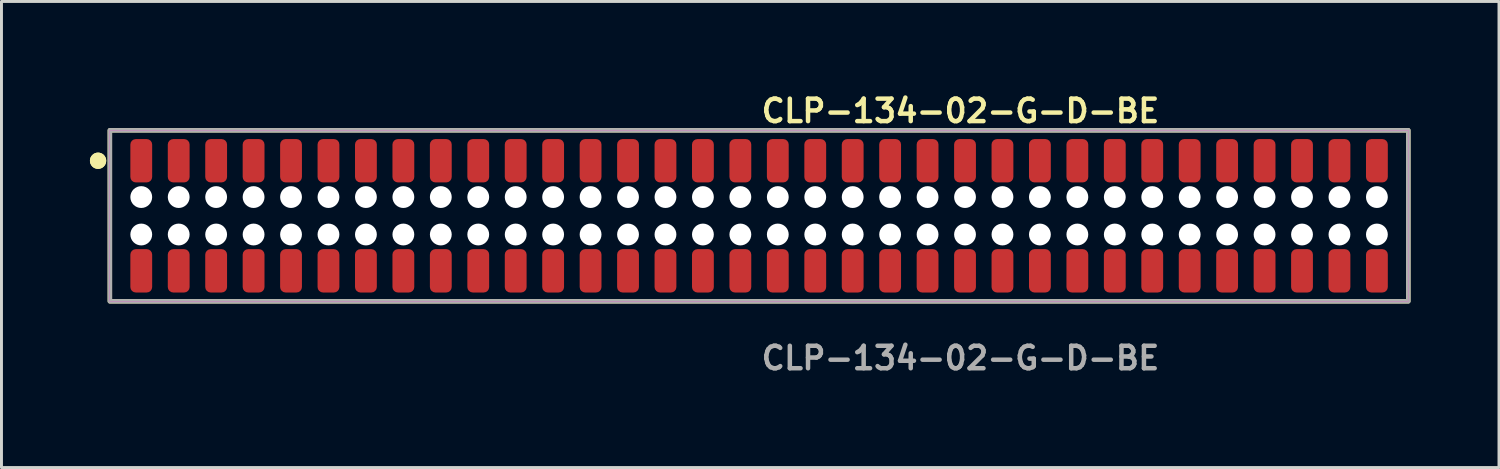
<source format=kicad_pcb>
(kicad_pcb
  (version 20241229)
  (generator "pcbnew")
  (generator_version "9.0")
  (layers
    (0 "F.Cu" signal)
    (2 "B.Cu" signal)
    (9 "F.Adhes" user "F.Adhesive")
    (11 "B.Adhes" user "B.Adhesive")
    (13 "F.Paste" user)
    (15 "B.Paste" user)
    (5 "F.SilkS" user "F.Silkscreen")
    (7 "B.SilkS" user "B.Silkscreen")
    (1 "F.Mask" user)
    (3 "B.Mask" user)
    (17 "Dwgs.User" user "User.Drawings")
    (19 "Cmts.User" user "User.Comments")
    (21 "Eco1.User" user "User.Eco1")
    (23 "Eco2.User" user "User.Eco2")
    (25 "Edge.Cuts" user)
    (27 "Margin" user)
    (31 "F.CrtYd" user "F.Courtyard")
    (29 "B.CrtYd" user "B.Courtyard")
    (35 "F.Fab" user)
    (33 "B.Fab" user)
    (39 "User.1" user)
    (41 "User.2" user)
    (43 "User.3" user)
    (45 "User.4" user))
  (footprint "CLP-134-02-G-D-BE"
    (layer "F.Cu")
    (at 22.696 4.269)
    (property "Reference" "CLP-134-02-G-D-BE" (at 0 -3.556 0) (unlocked yes) (layer "F.SilkS") (effects (font (size 0.762 0.762) (thickness 0.152)) (justify left)))
    (fp_rect (start -22.02 2.9) (end 22.02 -2.9) (stroke (width 0.152) (type solid)) (fill no) (layer "F.SilkS"))
    (fp_circle (center -22.42 -1.867) (end -22.62 -1.867) (stroke (width 0.152) (type solid)) (fill yes) (layer "F.SilkS"))
    (fp_circle (center -22.42 -1.867) (end -22.62 -1.867) (stroke (width 0.152) (type solid)) (fill yes) (layer "F.SilkS"))
    (fp_rect (start -22.02 2.9) (end 22.02 -2.9) (stroke (width 0.006) (type solid)) (fill no) (layer "F.CrtYd"))
    (fp_rect (start -22.02 2.9) (end 22.02 -2.9) (stroke (width 0.152) (type solid)) (fill no) (layer "F.Fab"))
    (fp_text user "${REFERENCE}" (at 0 4.826 0) (unlocked yes) (layer "F.Fab") (effects (font (size 0.762 0.762) (thickness 0.152)) (justify left)))
    (pad "" np_thru_hole circle (at -20.955 -0.635) (size 0.74 0.74) (drill 0.74) (layers "*.Cu" "*.Mask"))
    (pad "" np_thru_hole circle (at -20.955 0.635) (size 0.74 0.74) (drill 0.74) (layers "*.Cu" "*.Mask"))
    (pad "" np_thru_hole circle (at -19.685 -0.635) (size 0.74 0.74) (drill 0.74) (layers "*.Cu" "*.Mask"))
    (pad "" np_thru_hole circle (at -19.685 0.635) (size 0.74 0.74) (drill 0.74) (layers "*.Cu" "*.Mask"))
    (pad "" np_thru_hole circle (at -18.415 -0.635) (size 0.74 0.74) (drill 0.74) (layers "*.Cu" "*.Mask"))
    (pad "" np_thru_hole circle (at -18.415 0.635) (size 0.74 0.74) (drill 0.74) (layers "*.Cu" "*.Mask"))
    (pad "" np_thru_hole circle (at -17.145 -0.635) (size 0.74 0.74) (drill 0.74) (layers "*.Cu" "*.Mask"))
    (pad "" np_thru_hole circle (at -17.145 0.635) (size 0.74 0.74) (drill 0.74) (layers "*.Cu" "*.Mask"))
    (pad "" np_thru_hole circle (at -15.875 -0.635) (size 0.74 0.74) (drill 0.74) (layers "*.Cu" "*.Mask"))
    (pad "" np_thru_hole circle (at -15.875 0.635) (size 0.74 0.74) (drill 0.74) (layers "*.Cu" "*.Mask"))
    (pad "" np_thru_hole circle (at -14.605 -0.635) (size 0.74 0.74) (drill 0.74) (layers "*.Cu" "*.Mask"))
    (pad "" np_thru_hole circle (at -14.605 0.635) (size 0.74 0.74) (drill 0.74) (layers "*.Cu" "*.Mask"))
    (pad "" np_thru_hole circle (at -13.335 -0.635) (size 0.74 0.74) (drill 0.74) (layers "*.Cu" "*.Mask"))
    (pad "" np_thru_hole circle (at -13.335 0.635) (size 0.74 0.74) (drill 0.74) (layers "*.Cu" "*.Mask"))
    (pad "" np_thru_hole circle (at -12.065 -0.635) (size 0.74 0.74) (drill 0.74) (layers "*.Cu" "*.Mask"))
    (pad "" np_thru_hole circle (at -12.065 0.635) (size 0.74 0.74) (drill 0.74) (layers "*.Cu" "*.Mask"))
    (pad "" np_thru_hole circle (at -10.795 -0.635) (size 0.74 0.74) (drill 0.74) (layers "*.Cu" "*.Mask"))
    (pad "" np_thru_hole circle (at -10.795 0.635) (size 0.74 0.74) (drill 0.74) (layers "*.Cu" "*.Mask"))
    (pad "" np_thru_hole circle (at -9.525 -0.635) (size 0.74 0.74) (drill 0.74) (layers "*.Cu" "*.Mask"))
    (pad "" np_thru_hole circle (at -9.525 0.635) (size 0.74 0.74) (drill 0.74) (layers "*.Cu" "*.Mask"))
    (pad "" np_thru_hole circle (at -8.255 -0.635) (size 0.74 0.74) (drill 0.74) (layers "*.Cu" "*.Mask"))
    (pad "" np_thru_hole circle (at -8.255 0.635) (size 0.74 0.74) (drill 0.74) (layers "*.Cu" "*.Mask"))
    (pad "" np_thru_hole circle (at -6.985 -0.635) (size 0.74 0.74) (drill 0.74) (layers "*.Cu" "*.Mask"))
    (pad "" np_thru_hole circle (at -6.985 0.635) (size 0.74 0.74) (drill 0.74) (layers "*.Cu" "*.Mask"))
    (pad "" np_thru_hole circle (at -5.715 -0.635) (size 0.74 0.74) (drill 0.74) (layers "*.Cu" "*.Mask"))
    (pad "" np_thru_hole circle (at -5.715 0.635) (size 0.74 0.74) (drill 0.74) (layers "*.Cu" "*.Mask"))
    (pad "" np_thru_hole circle (at -4.445 -0.635) (size 0.74 0.74) (drill 0.74) (layers "*.Cu" "*.Mask"))
    (pad "" np_thru_hole circle (at -4.445 0.635) (size 0.74 0.74) (drill 0.74) (layers "*.Cu" "*.Mask"))
    (pad "" np_thru_hole circle (at -3.175 -0.635) (size 0.74 0.74) (drill 0.74) (layers "*.Cu" "*.Mask"))
    (pad "" np_thru_hole circle (at -3.175 0.635) (size 0.74 0.74) (drill 0.74) (layers "*.Cu" "*.Mask"))
    (pad "" np_thru_hole circle (at -1.905 -0.635) (size 0.74 0.74) (drill 0.74) (layers "*.Cu" "*.Mask"))
    (pad "" np_thru_hole circle (at -1.905 0.635) (size 0.74 0.74) (drill 0.74) (layers "*.Cu" "*.Mask"))
    (pad "" np_thru_hole circle (at -0.635 -0.635) (size 0.74 0.74) (drill 0.74) (layers "*.Cu" "*.Mask"))
    (pad "" np_thru_hole circle (at -0.635 0.635) (size 0.74 0.74) (drill 0.74) (layers "*.Cu" "*.Mask"))
    (pad "" np_thru_hole circle (at 0.635 -0.635) (size 0.74 0.74) (drill 0.74) (layers "*.Cu" "*.Mask"))
    (pad "" np_thru_hole circle (at 0.635 0.635) (size 0.74 0.74) (drill 0.74) (layers "*.Cu" "*.Mask"))
    (pad "" np_thru_hole circle (at 1.905 -0.635) (size 0.74 0.74) (drill 0.74) (layers "*.Cu" "*.Mask"))
    (pad "" np_thru_hole circle (at 1.905 0.635) (size 0.74 0.74) (drill 0.74) (layers "*.Cu" "*.Mask"))
    (pad "" np_thru_hole circle (at 3.175 -0.635) (size 0.74 0.74) (drill 0.74) (layers "*.Cu" "*.Mask"))
    (pad "" np_thru_hole circle (at 3.175 0.635) (size 0.74 0.74) (drill 0.74) (layers "*.Cu" "*.Mask"))
    (pad "" np_thru_hole circle (at 4.445 -0.635) (size 0.74 0.74) (drill 0.74) (layers "*.Cu" "*.Mask"))
    (pad "" np_thru_hole circle (at 4.445 0.635) (size 0.74 0.74) (drill 0.74) (layers "*.Cu" "*.Mask"))
    (pad "" np_thru_hole circle (at 5.715 -0.635) (size 0.74 0.74) (drill 0.74) (layers "*.Cu" "*.Mask"))
    (pad "" np_thru_hole circle (at 5.715 0.635) (size 0.74 0.74) (drill 0.74) (layers "*.Cu" "*.Mask"))
    (pad "" np_thru_hole circle (at 6.985 -0.635) (size 0.74 0.74) (drill 0.74) (layers "*.Cu" "*.Mask"))
    (pad "" np_thru_hole circle (at 6.985 0.635) (size 0.74 0.74) (drill 0.74) (layers "*.Cu" "*.Mask"))
    (pad "" np_thru_hole circle (at 8.255 -0.635) (size 0.74 0.74) (drill 0.74) (layers "*.Cu" "*.Mask"))
    (pad "" np_thru_hole circle (at 8.255 0.635) (size 0.74 0.74) (drill 0.74) (layers "*.Cu" "*.Mask"))
    (pad "" np_thru_hole circle (at 9.525 -0.635) (size 0.74 0.74) (drill 0.74) (layers "*.Cu" "*.Mask"))
    (pad "" np_thru_hole circle (at 9.525 0.635) (size 0.74 0.74) (drill 0.74) (layers "*.Cu" "*.Mask"))
    (pad "" np_thru_hole circle (at 10.795 -0.635) (size 0.74 0.74) (drill 0.74) (layers "*.Cu" "*.Mask"))
    (pad "" np_thru_hole circle (at 10.795 0.635) (size 0.74 0.74) (drill 0.74) (layers "*.Cu" "*.Mask"))
    (pad "" np_thru_hole circle (at 12.065 -0.635) (size 0.74 0.74) (drill 0.74) (layers "*.Cu" "*.Mask"))
    (pad "" np_thru_hole circle (at 12.065 0.635) (size 0.74 0.74) (drill 0.74) (layers "*.Cu" "*.Mask"))
    (pad "" np_thru_hole circle (at 13.335 -0.635) (size 0.74 0.74) (drill 0.74) (layers "*.Cu" "*.Mask"))
    (pad "" np_thru_hole circle (at 13.335 0.635) (size 0.74 0.74) (drill 0.74) (layers "*.Cu" "*.Mask"))
    (pad "" np_thru_hole circle (at 14.605 -0.635) (size 0.74 0.74) (drill 0.74) (layers "*.Cu" "*.Mask"))
    (pad "" np_thru_hole circle (at 14.605 0.635) (size 0.74 0.74) (drill 0.74) (layers "*.Cu" "*.Mask"))
    (pad "" np_thru_hole circle (at 15.875 -0.635) (size 0.74 0.74) (drill 0.74) (layers "*.Cu" "*.Mask"))
    (pad "" np_thru_hole circle (at 15.875 0.635) (size 0.74 0.74) (drill 0.74) (layers "*.Cu" "*.Mask"))
    (pad "" np_thru_hole circle (at 17.145 -0.635) (size 0.74 0.74) (drill 0.74) (layers "*.Cu" "*.Mask"))
    (pad "" np_thru_hole circle (at 17.145 0.635) (size 0.74 0.74) (drill 0.74) (layers "*.Cu" "*.Mask"))
    (pad "" np_thru_hole circle (at 18.415 -0.635) (size 0.74 0.74) (drill 0.74) (layers "*.Cu" "*.Mask"))
    (pad "" np_thru_hole circle (at 18.415 0.635) (size 0.74 0.74) (drill 0.74) (layers "*.Cu" "*.Mask"))
    (pad "" np_thru_hole circle (at 19.685 -0.635) (size 0.74 0.74) (drill 0.74) (layers "*.Cu" "*.Mask"))
    (pad "" np_thru_hole circle (at 19.685 0.635) (size 0.74 0.74) (drill 0.74) (layers "*.Cu" "*.Mask"))
    (pad "" np_thru_hole circle (at 20.955 -0.635) (size 0.74 0.74) (drill 0.74) (layers "*.Cu" "*.Mask"))
    (pad "" np_thru_hole circle (at 20.955 0.635) (size 0.74 0.74) (drill 0.74) (layers "*.Cu" "*.Mask"))
    (pad "1" smd roundrect (at -20.955 -1.867) (size 0.74 1.47) (layers "F.Cu" "F.Paste") (roundrect_rratio 0.25))
    (pad "2" smd roundrect (at -20.955 1.867) (size 0.74 1.47) (layers "F.Cu" "F.Paste") (roundrect_rratio 0.25))
    (pad "3" smd roundrect (at -19.685 -1.867) (size 0.74 1.47) (layers "F.Cu" "F.Paste") (roundrect_rratio 0.25))
    (pad "4" smd roundrect (at -19.685 1.867) (size 0.74 1.47) (layers "F.Cu" "F.Paste") (roundrect_rratio 0.25))
    (pad "5" smd roundrect (at -18.415 -1.867) (size 0.74 1.47) (layers "F.Cu" "F.Paste") (roundrect_rratio 0.25))
    (pad "6" smd roundrect (at -18.415 1.867) (size 0.74 1.47) (layers "F.Cu" "F.Paste") (roundrect_rratio 0.25))
    (pad "7" smd roundrect (at -17.145 -1.867) (size 0.74 1.47) (layers "F.Cu" "F.Paste") (roundrect_rratio 0.25))
    (pad "8" smd roundrect (at -17.145 1.867) (size 0.74 1.47) (layers "F.Cu" "F.Paste") (roundrect_rratio 0.25))
    (pad "9" smd roundrect (at -15.875 -1.867) (size 0.74 1.47) (layers "F.Cu" "F.Paste") (roundrect_rratio 0.25))
    (pad "10" smd roundrect (at -15.875 1.867) (size 0.74 1.47) (layers "F.Cu" "F.Paste") (roundrect_rratio 0.25))
    (pad "11" smd roundrect (at -14.605 -1.867) (size 0.74 1.47) (layers "F.Cu" "F.Paste") (roundrect_rratio 0.25))
    (pad "12" smd roundrect (at -14.605 1.867) (size 0.74 1.47) (layers "F.Cu" "F.Paste") (roundrect_rratio 0.25))
    (pad "13" smd roundrect (at -13.335 -1.867) (size 0.74 1.47) (layers "F.Cu" "F.Paste") (roundrect_rratio 0.25))
    (pad "14" smd roundrect (at -13.335 1.867) (size 0.74 1.47) (layers "F.Cu" "F.Paste") (roundrect_rratio 0.25))
    (pad "15" smd roundrect (at -12.065 -1.867) (size 0.74 1.47) (layers "F.Cu" "F.Paste") (roundrect_rratio 0.25))
    (pad "16" smd roundrect (at -12.065 1.867) (size 0.74 1.47) (layers "F.Cu" "F.Paste") (roundrect_rratio 0.25))
    (pad "17" smd roundrect (at -10.795 -1.867) (size 0.74 1.47) (layers "F.Cu" "F.Paste") (roundrect_rratio 0.25))
    (pad "18" smd roundrect (at -10.795 1.867) (size 0.74 1.47) (layers "F.Cu" "F.Paste") (roundrect_rratio 0.25))
    (pad "19" smd roundrect (at -9.525 -1.867) (size 0.74 1.47) (layers "F.Cu" "F.Paste") (roundrect_rratio 0.25))
    (pad "20" smd roundrect (at -9.525 1.867) (size 0.74 1.47) (layers "F.Cu" "F.Paste") (roundrect_rratio 0.25))
    (pad "21" smd roundrect (at -8.255 -1.867) (size 0.74 1.47) (layers "F.Cu" "F.Paste") (roundrect_rratio 0.25))
    (pad "22" smd roundrect (at -8.255 1.867) (size 0.74 1.47) (layers "F.Cu" "F.Paste") (roundrect_rratio 0.25))
    (pad "23" smd roundrect (at -6.985 -1.867) (size 0.74 1.47) (layers "F.Cu" "F.Paste") (roundrect_rratio 0.25))
    (pad "24" smd roundrect (at -6.985 1.867) (size 0.74 1.47) (layers "F.Cu" "F.Paste") (roundrect_rratio 0.25))
    (pad "25" smd roundrect (at -5.715 -1.867) (size 0.74 1.47) (layers "F.Cu" "F.Paste") (roundrect_rratio 0.25))
    (pad "26" smd roundrect (at -5.715 1.867) (size 0.74 1.47) (layers "F.Cu" "F.Paste") (roundrect_rratio 0.25))
    (pad "27" smd roundrect (at -4.445 -1.867) (size 0.74 1.47) (layers "F.Cu" "F.Paste") (roundrect_rratio 0.25))
    (pad "28" smd roundrect (at -4.445 1.867) (size 0.74 1.47) (layers "F.Cu" "F.Paste") (roundrect_rratio 0.25))
    (pad "29" smd roundrect (at -3.175 -1.867) (size 0.74 1.47) (layers "F.Cu" "F.Paste") (roundrect_rratio 0.25))
    (pad "30" smd roundrect (at -3.175 1.867) (size 0.74 1.47) (layers "F.Cu" "F.Paste") (roundrect_rratio 0.25))
    (pad "31" smd roundrect (at -1.905 -1.867) (size 0.74 1.47) (layers "F.Cu" "F.Paste") (roundrect_rratio 0.25))
    (pad "32" smd roundrect (at -1.905 1.867) (size 0.74 1.47) (layers "F.Cu" "F.Paste") (roundrect_rratio 0.25))
    (pad "33" smd roundrect (at -0.635 -1.867) (size 0.74 1.47) (layers "F.Cu" "F.Paste") (roundrect_rratio 0.25))
    (pad "34" smd roundrect (at -0.635 1.867) (size 0.74 1.47) (layers "F.Cu" "F.Paste") (roundrect_rratio 0.25))
    (pad "35" smd roundrect (at 0.635 -1.867) (size 0.74 1.47) (layers "F.Cu" "F.Paste") (roundrect_rratio 0.25))
    (pad "36" smd roundrect (at 0.635 1.867) (size 0.74 1.47) (layers "F.Cu" "F.Paste") (roundrect_rratio 0.25))
    (pad "37" smd roundrect (at 1.905 -1.867) (size 0.74 1.47) (layers "F.Cu" "F.Paste") (roundrect_rratio 0.25))
    (pad "38" smd roundrect (at 1.905 1.867) (size 0.74 1.47) (layers "F.Cu" "F.Paste") (roundrect_rratio 0.25))
    (pad "39" smd roundrect (at 3.175 -1.867) (size 0.74 1.47) (layers "F.Cu" "F.Paste") (roundrect_rratio 0.25))
    (pad "40" smd roundrect (at 3.175 1.867) (size 0.74 1.47) (layers "F.Cu" "F.Paste") (roundrect_rratio 0.25))
    (pad "41" smd roundrect (at 4.445 -1.867) (size 0.74 1.47) (layers "F.Cu" "F.Paste") (roundrect_rratio 0.25))
    (pad "42" smd roundrect (at 4.445 1.867) (size 0.74 1.47) (layers "F.Cu" "F.Paste") (roundrect_rratio 0.25))
    (pad "43" smd roundrect (at 5.715 -1.867) (size 0.74 1.47) (layers "F.Cu" "F.Paste") (roundrect_rratio 0.25))
    (pad "44" smd roundrect (at 5.715 1.867) (size 0.74 1.47) (layers "F.Cu" "F.Paste") (roundrect_rratio 0.25))
    (pad "45" smd roundrect (at 6.985 -1.867) (size 0.74 1.47) (layers "F.Cu" "F.Paste") (roundrect_rratio 0.25))
    (pad "46" smd roundrect (at 6.985 1.867) (size 0.74 1.47) (layers "F.Cu" "F.Paste") (roundrect_rratio 0.25))
    (pad "47" smd roundrect (at 8.255 -1.867) (size 0.74 1.47) (layers "F.Cu" "F.Paste") (roundrect_rratio 0.25))
    (pad "48" smd roundrect (at 8.255 1.867) (size 0.74 1.47) (layers "F.Cu" "F.Paste") (roundrect_rratio 0.25))
    (pad "49" smd roundrect (at 9.525 -1.867) (size 0.74 1.47) (layers "F.Cu" "F.Paste") (roundrect_rratio 0.25))
    (pad "50" smd roundrect (at 9.525 1.867) (size 0.74 1.47) (layers "F.Cu" "F.Paste") (roundrect_rratio 0.25))
    (pad "51" smd roundrect (at 10.795 -1.867) (size 0.74 1.47) (layers "F.Cu" "F.Paste") (roundrect_rratio 0.25))
    (pad "52" smd roundrect (at 10.795 1.867) (size 0.74 1.47) (layers "F.Cu" "F.Paste") (roundrect_rratio 0.25))
    (pad "53" smd roundrect (at 12.065 -1.867) (size 0.74 1.47) (layers "F.Cu" "F.Paste") (roundrect_rratio 0.25))
    (pad "54" smd roundrect (at 12.065 1.867) (size 0.74 1.47) (layers "F.Cu" "F.Paste") (roundrect_rratio 0.25))
    (pad "55" smd roundrect (at 13.335 -1.867) (size 0.74 1.47) (layers "F.Cu" "F.Paste") (roundrect_rratio 0.25))
    (pad "56" smd roundrect (at 13.335 1.867) (size 0.74 1.47) (layers "F.Cu" "F.Paste") (roundrect_rratio 0.25))
    (pad "57" smd roundrect (at 14.605 -1.867) (size 0.74 1.47) (layers "F.Cu" "F.Paste") (roundrect_rratio 0.25))
    (pad "58" smd roundrect (at 14.605 1.867) (size 0.74 1.47) (layers "F.Cu" "F.Paste") (roundrect_rratio 0.25))
    (pad "59" smd roundrect (at 15.875 -1.867) (size 0.74 1.47) (layers "F.Cu" "F.Paste") (roundrect_rratio 0.25))
    (pad "60" smd roundrect (at 15.875 1.867) (size 0.74 1.47) (layers "F.Cu" "F.Paste") (roundrect_rratio 0.25))
    (pad "61" smd roundrect (at 17.145 -1.867) (size 0.74 1.47) (layers "F.Cu" "F.Paste") (roundrect_rratio 0.25))
    (pad "62" smd roundrect (at 17.145 1.867) (size 0.74 1.47) (layers "F.Cu" "F.Paste") (roundrect_rratio 0.25))
    (pad "63" smd roundrect (at 18.415 -1.867) (size 0.74 1.47) (layers "F.Cu" "F.Paste") (roundrect_rratio 0.25))
    (pad "64" smd roundrect (at 18.415 1.867) (size 0.74 1.47) (layers "F.Cu" "F.Paste") (roundrect_rratio 0.25))
    (pad "65" smd roundrect (at 19.685 -1.867) (size 0.74 1.47) (layers "F.Cu" "F.Paste") (roundrect_rratio 0.25))
    (pad "66" smd roundrect (at 19.685 1.867) (size 0.74 1.47) (layers "F.Cu" "F.Paste") (roundrect_rratio 0.25))
    (pad "67" smd roundrect (at 20.955 -1.867) (size 0.74 1.47) (layers "F.Cu" "F.Paste") (roundrect_rratio 0.25))
    (pad "68" smd roundrect (at 20.955 1.867) (size 0.74 1.47) (layers "F.Cu" "F.Paste") (roundrect_rratio 0.25)))
  (gr_rect
    (start -3 -3)
    (end 47.792 12.808)
    (stroke (width 0.1) (type default))
    (fill no)
    (layer "Edge.Cuts")))
</source>
